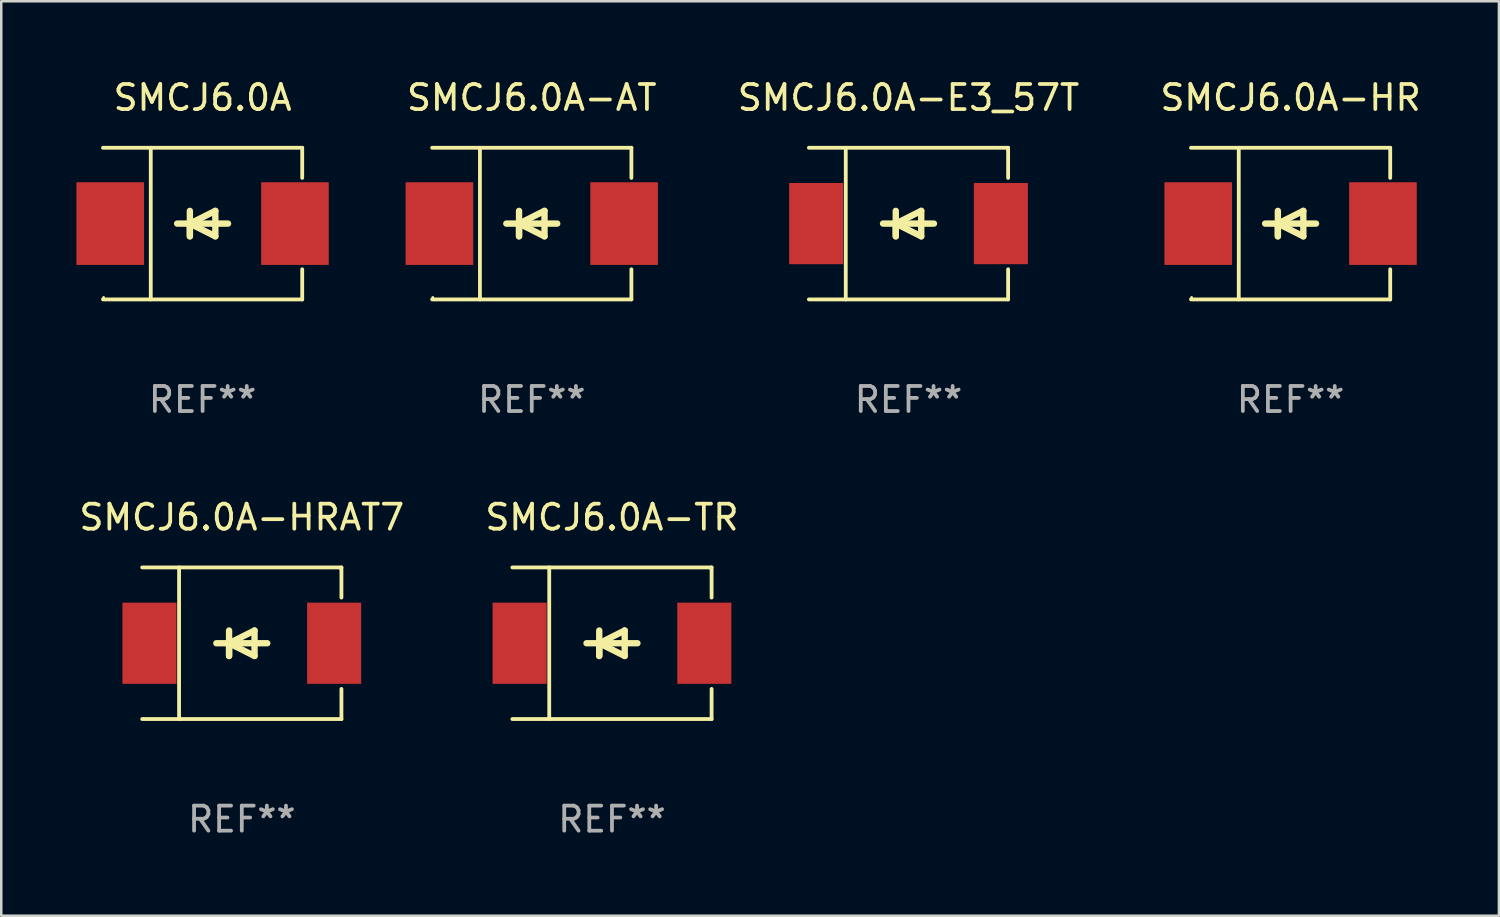
<source format=kicad_pcb>
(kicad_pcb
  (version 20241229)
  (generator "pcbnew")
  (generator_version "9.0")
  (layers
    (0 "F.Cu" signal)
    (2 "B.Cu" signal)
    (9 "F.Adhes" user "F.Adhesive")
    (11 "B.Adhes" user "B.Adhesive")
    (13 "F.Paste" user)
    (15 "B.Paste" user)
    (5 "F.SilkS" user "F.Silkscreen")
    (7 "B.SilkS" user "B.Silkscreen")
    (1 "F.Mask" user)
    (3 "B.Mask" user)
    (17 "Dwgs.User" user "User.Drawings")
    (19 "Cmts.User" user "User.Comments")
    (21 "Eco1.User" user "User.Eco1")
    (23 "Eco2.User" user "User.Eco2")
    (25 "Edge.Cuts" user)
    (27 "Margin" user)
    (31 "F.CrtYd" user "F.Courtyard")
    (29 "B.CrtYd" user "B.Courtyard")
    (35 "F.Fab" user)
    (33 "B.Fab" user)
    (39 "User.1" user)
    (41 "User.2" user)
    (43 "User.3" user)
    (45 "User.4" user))
  (footprint "SMCJ6.0A-HRAT7"
    (layer "F.Cu")
    (at 6.601 22.623)
    (property "Reference" "SMCJ6.0A-HRAT7" (at 0 -5.026 0) (layer "F.SilkS") (effects (font (size 1 1) (thickness 0.15))))
    (attr through_hole)
    (fp_line (start -3.976 -3.026) (end 3.976 -3.026) (stroke (width 0.152) (type solid)) (layer "F.SilkS"))
    (fp_line (start -3.976 3.026) (end 3.976 3.026) (stroke (width 0.152) (type solid)) (layer "F.SilkS"))
    (fp_line (start -2.504 -3.026) (end -2.504 3.026) (stroke (width 0.152) (type solid)) (layer "F.SilkS"))
    (fp_line (start -0.508 0) (end -0.508 0.508) (stroke (width 0.254) (type solid)) (layer "F.SilkS"))
    (fp_line (start -0.508 0) (end 0.508 0.508) (stroke (width 0.254) (type solid)) (layer "F.SilkS"))
    (fp_line (start -0.508 0.508) (end -0.508 -0.508) (stroke (width 0.254) (type solid)) (layer "F.SilkS"))
    (fp_line (start 0.508 -0.508) (end -0.508 0) (stroke (width 0.254) (type solid)) (layer "F.SilkS"))
    (fp_line (start 0.508 0.508) (end 0.508 -0.508) (stroke (width 0.254) (type solid)) (layer "F.SilkS"))
    (fp_line (start 1.016 0) (end -1.016 0) (stroke (width 0.254) (type solid)) (layer "F.SilkS"))
    (fp_line (start 3.976 -3.026) (end 3.976 -1.823) (stroke (width 0.152) (type solid)) (layer "F.SilkS"))
    (fp_line (start 3.976 3.026) (end 3.976 1.823) (stroke (width 0.152) (type solid)) (layer "F.SilkS"))
    (fp_circle (center 3.95 -2.95) (end 3.98 -2.95) (stroke (width 0.06) (type solid)) (fill no) (layer "F.SilkS"))
    (fp_text user "REF**" (at 0 7.026 0) (layer "F.Fab") (effects (font (size 1 1) (thickness 0.15))))
    (pad "1" smd rect (at 3.686 0 180) (size 2.158 3.24) (layers "F.Cu" "F.Mask" "F.Paste"))
    (pad "2" smd rect (at -3.686 0 180) (size 2.158 3.24) (layers "F.Cu" "F.Mask" "F.Paste")))
  (footprint "SMCJ6.0A-HR"
    (layer "F.Cu")
    (at 48.46 5.874)
    (property "Reference" "SMCJ6.0A-HR" (at 0 -5.026 0) (layer "F.SilkS") (effects (font (size 1 1) (thickness 0.15))))
    (attr through_hole)
    (fp_line (start -3.976 -3.026) (end 3.976 -3.026) (stroke (width 0.152) (type solid)) (layer "F.SilkS"))
    (fp_line (start -3.976 3.026) (end 3.976 3.026) (stroke (width 0.152) (type solid)) (layer "F.SilkS"))
    (fp_line (start -2.069 -3.026) (end -2.069 3.026) (stroke (width 0.152) (type solid)) (layer "F.SilkS"))
    (fp_line (start -0.508 0) (end -0.508 0.508) (stroke (width 0.254) (type solid)) (layer "F.SilkS"))
    (fp_line (start -0.508 0) (end 0.508 0.508) (stroke (width 0.254) (type solid)) (layer "F.SilkS"))
    (fp_line (start -0.508 0.508) (end -0.508 -0.508) (stroke (width 0.254) (type solid)) (layer "F.SilkS"))
    (fp_line (start 0.508 -0.508) (end -0.508 0) (stroke (width 0.254) (type solid)) (layer "F.SilkS"))
    (fp_line (start 0.508 0.508) (end 0.508 -0.508) (stroke (width 0.254) (type solid)) (layer "F.SilkS"))
    (fp_line (start 1.016 0) (end -1.016 0) (stroke (width 0.254) (type solid)) (layer "F.SilkS"))
    (fp_line (start 3.976 -3.026) (end 3.976 -1.823) (stroke (width 0.152) (type solid)) (layer "F.SilkS"))
    (fp_line (start 3.976 3.026) (end 3.976 1.823) (stroke (width 0.152) (type solid)) (layer "F.SilkS"))
    (fp_circle (center -3.95 2.95) (end -3.92 2.95) (stroke (width 0.06) (type solid)) (fill no) (layer "F.SilkS"))
    (fp_text user "REF**" (at 0 7.026 0) (layer "F.Fab") (effects (font (size 1 1) (thickness 0.15))))
    (pad "1" smd rect (at -3.686 0) (size 2.7 3.3) (layers "F.Cu" "F.Mask" "F.Paste"))
    (pad "2" smd rect (at 3.686 0) (size 2.7 3.3) (layers "F.Cu" "F.Mask" "F.Paste")))
  (footprint "SMCJ6.0A-TR"
    (layer "F.Cu")
    (at 21.375 22.623)
    (property "Reference" "SMCJ6.0A-TR" (at 0 -5.026 0) (layer "F.SilkS") (effects (font (size 1 1) (thickness 0.15))))
    (attr through_hole)
    (fp_line (start -3.976 -3.026) (end 3.976 -3.026) (stroke (width 0.152) (type solid)) (layer "F.SilkS"))
    (fp_line (start -3.976 3.026) (end 3.976 3.026) (stroke (width 0.152) (type solid)) (layer "F.SilkS"))
    (fp_line (start -2.504 -3.026) (end -2.504 3.026) (stroke (width 0.152) (type solid)) (layer "F.SilkS"))
    (fp_line (start -0.508 0) (end -0.508 0.508) (stroke (width 0.254) (type solid)) (layer "F.SilkS"))
    (fp_line (start -0.508 0) (end 0.508 0.508) (stroke (width 0.254) (type solid)) (layer "F.SilkS"))
    (fp_line (start -0.508 0.508) (end -0.508 -0.508) (stroke (width 0.254) (type solid)) (layer "F.SilkS"))
    (fp_line (start 0.508 -0.508) (end -0.508 0) (stroke (width 0.254) (type solid)) (layer "F.SilkS"))
    (fp_line (start 0.508 0.508) (end 0.508 -0.508) (stroke (width 0.254) (type solid)) (layer "F.SilkS"))
    (fp_line (start 1.016 0) (end -1.016 0) (stroke (width 0.254) (type solid)) (layer "F.SilkS"))
    (fp_line (start 3.976 -3.026) (end 3.976 -1.823) (stroke (width 0.152) (type solid)) (layer "F.SilkS"))
    (fp_line (start 3.976 3.026) (end 3.976 1.823) (stroke (width 0.152) (type solid)) (layer "F.SilkS"))
    (fp_circle (center 3.95 -2.95) (end 3.98 -2.95) (stroke (width 0.06) (type solid)) (fill no) (layer "F.SilkS"))
    (fp_text user "REF**" (at 0 7.026 0) (layer "F.Fab") (effects (font (size 1 1) (thickness 0.15))))
    (pad "1" smd rect (at 3.686 0 180) (size 2.158 3.24) (layers "F.Cu" "F.Mask" "F.Paste"))
    (pad "2" smd rect (at -3.686 0 180) (size 2.158 3.24) (layers "F.Cu" "F.Mask" "F.Paste")))
  (footprint "SMCJ6.0A-AT"
    (layer "F.Cu")
    (at 18.174 5.874)
    (property "Reference" "SMCJ6.0A-AT" (at 0 -5.026 0) (layer "F.SilkS") (effects (font (size 1 1) (thickness 0.15))))
    (attr through_hole)
    (fp_line (start -3.976 -3.026) (end 3.976 -3.026) (stroke (width 0.152) (type solid)) (layer "F.SilkS"))
    (fp_line (start -3.976 3.026) (end 3.976 3.026) (stroke (width 0.152) (type solid)) (layer "F.SilkS"))
    (fp_line (start -2.069 -3.026) (end -2.069 3.026) (stroke (width 0.152) (type solid)) (layer "F.SilkS"))
    (fp_line (start -0.508 0) (end -0.508 0.508) (stroke (width 0.254) (type solid)) (layer "F.SilkS"))
    (fp_line (start -0.508 0) (end 0.508 0.508) (stroke (width 0.254) (type solid)) (layer "F.SilkS"))
    (fp_line (start -0.508 0.508) (end -0.508 -0.508) (stroke (width 0.254) (type solid)) (layer "F.SilkS"))
    (fp_line (start 0.508 -0.508) (end -0.508 0) (stroke (width 0.254) (type solid)) (layer "F.SilkS"))
    (fp_line (start 0.508 0.508) (end 0.508 -0.508) (stroke (width 0.254) (type solid)) (layer "F.SilkS"))
    (fp_line (start 1.016 0) (end -1.016 0) (stroke (width 0.254) (type solid)) (layer "F.SilkS"))
    (fp_line (start 3.976 -3.026) (end 3.976 -1.823) (stroke (width 0.152) (type solid)) (layer "F.SilkS"))
    (fp_line (start 3.976 3.026) (end 3.976 1.823) (stroke (width 0.152) (type solid)) (layer "F.SilkS"))
    (fp_circle (center -3.95 2.95) (end -3.92 2.95) (stroke (width 0.06) (type solid)) (fill no) (layer "F.SilkS"))
    (fp_text user "REF**" (at 0 7.026 0) (layer "F.Fab") (effects (font (size 1 1) (thickness 0.15))))
    (pad "1" smd rect (at -3.686 0) (size 2.7 3.3) (layers "F.Cu" "F.Mask" "F.Paste"))
    (pad "2" smd rect (at 3.686 0) (size 2.7 3.3) (layers "F.Cu" "F.Mask" "F.Paste")))
  (footprint "SMCJ6.0A-E3_57T"
    (layer "F.Cu")
    (at 33.21 5.874)
    (property "Reference" "SMCJ6.0A-E3_57T" (at 0 -5.026 0) (layer "F.SilkS") (effects (font (size 1 1) (thickness 0.15))))
    (attr through_hole)
    (fp_line (start -3.976 -3.026) (end 3.976 -3.026) (stroke (width 0.152) (type solid)) (layer "F.SilkS"))
    (fp_line (start -3.976 3.026) (end 3.976 3.026) (stroke (width 0.152) (type solid)) (layer "F.SilkS"))
    (fp_line (start -2.504 -3.026) (end -2.504 3.026) (stroke (width 0.152) (type solid)) (layer "F.SilkS"))
    (fp_line (start -0.508 0) (end -0.508 0.508) (stroke (width 0.254) (type solid)) (layer "F.SilkS"))
    (fp_line (start -0.508 0) (end 0.508 0.508) (stroke (width 0.254) (type solid)) (layer "F.SilkS"))
    (fp_line (start -0.508 0.508) (end -0.508 -0.508) (stroke (width 0.254) (type solid)) (layer "F.SilkS"))
    (fp_line (start 0.508 -0.508) (end -0.508 0) (stroke (width 0.254) (type solid)) (layer "F.SilkS"))
    (fp_line (start 0.508 0.508) (end 0.508 -0.508) (stroke (width 0.254) (type solid)) (layer "F.SilkS"))
    (fp_line (start 1.016 0) (end -1.016 0) (stroke (width 0.254) (type solid)) (layer "F.SilkS"))
    (fp_line (start 3.976 -3.026) (end 3.976 -1.823) (stroke (width 0.152) (type solid)) (layer "F.SilkS"))
    (fp_line (start 3.976 3.026) (end 3.976 1.823) (stroke (width 0.152) (type solid)) (layer "F.SilkS"))
    (fp_circle (center 3.95 -2.95) (end 3.98 -2.95) (stroke (width 0.06) (type solid)) (fill no) (layer "F.SilkS"))
    (fp_text user "REF**" (at 0 7.026 0) (layer "F.Fab") (effects (font (size 1 1) (thickness 0.15))))
    (pad "1" smd rect (at 3.686 0 180) (size 2.158 3.24) (layers "F.Cu" "F.Mask" "F.Paste"))
    (pad "2" smd rect (at -3.686 0 180) (size 2.158 3.24) (layers "F.Cu" "F.Mask" "F.Paste")))
  (footprint "SMCJ6.0A"
    (layer "F.Cu")
    (at 5.036 5.874)
    (property "Reference" "SMCJ6.0A" (at 0 -5.026 0) (layer "F.SilkS") (effects (font (size 1 1) (thickness 0.15))))
    (attr through_hole)
    (fp_line (start -3.976 -3.026) (end 3.976 -3.026) (stroke (width 0.152) (type solid)) (layer "F.SilkS"))
    (fp_line (start -3.976 3.026) (end 3.976 3.026) (stroke (width 0.152) (type solid)) (layer "F.SilkS"))
    (fp_line (start -2.069 -3.026) (end -2.069 3.026) (stroke (width 0.152) (type solid)) (layer "F.SilkS"))
    (fp_line (start -0.508 0) (end -0.508 0.508) (stroke (width 0.254) (type solid)) (layer "F.SilkS"))
    (fp_line (start -0.508 0) (end 0.508 0.508) (stroke (width 0.254) (type solid)) (layer "F.SilkS"))
    (fp_line (start -0.508 0.508) (end -0.508 -0.508) (stroke (width 0.254) (type solid)) (layer "F.SilkS"))
    (fp_line (start 0.508 -0.508) (end -0.508 0) (stroke (width 0.254) (type solid)) (layer "F.SilkS"))
    (fp_line (start 0.508 0.508) (end 0.508 -0.508) (stroke (width 0.254) (type solid)) (layer "F.SilkS"))
    (fp_line (start 1.016 0) (end -1.016 0) (stroke (width 0.254) (type solid)) (layer "F.SilkS"))
    (fp_line (start 3.976 -3.026) (end 3.976 -1.823) (stroke (width 0.152) (type solid)) (layer "F.SilkS"))
    (fp_line (start 3.976 3.026) (end 3.976 1.823) (stroke (width 0.152) (type solid)) (layer "F.SilkS"))
    (fp_circle (center -3.95 2.95) (end -3.92 2.95) (stroke (width 0.06) (type solid)) (fill no) (layer "F.SilkS"))
    (fp_text user "REF**" (at 0 7.026 0) (layer "F.Fab") (effects (font (size 1 1) (thickness 0.15))))
    (pad "1" smd rect (at -3.686 0) (size 2.7 3.3) (layers "F.Cu" "F.Mask" "F.Paste"))
    (pad "2" smd rect (at 3.686 0) (size 2.7 3.3) (layers "F.Cu" "F.Mask" "F.Paste")))
  (gr_rect
    (start -3 -3)
    (end 56.775 33.498)
    (stroke (width 0.1) (type default))
    (fill no)
    (layer "Edge.Cuts")))
</source>
